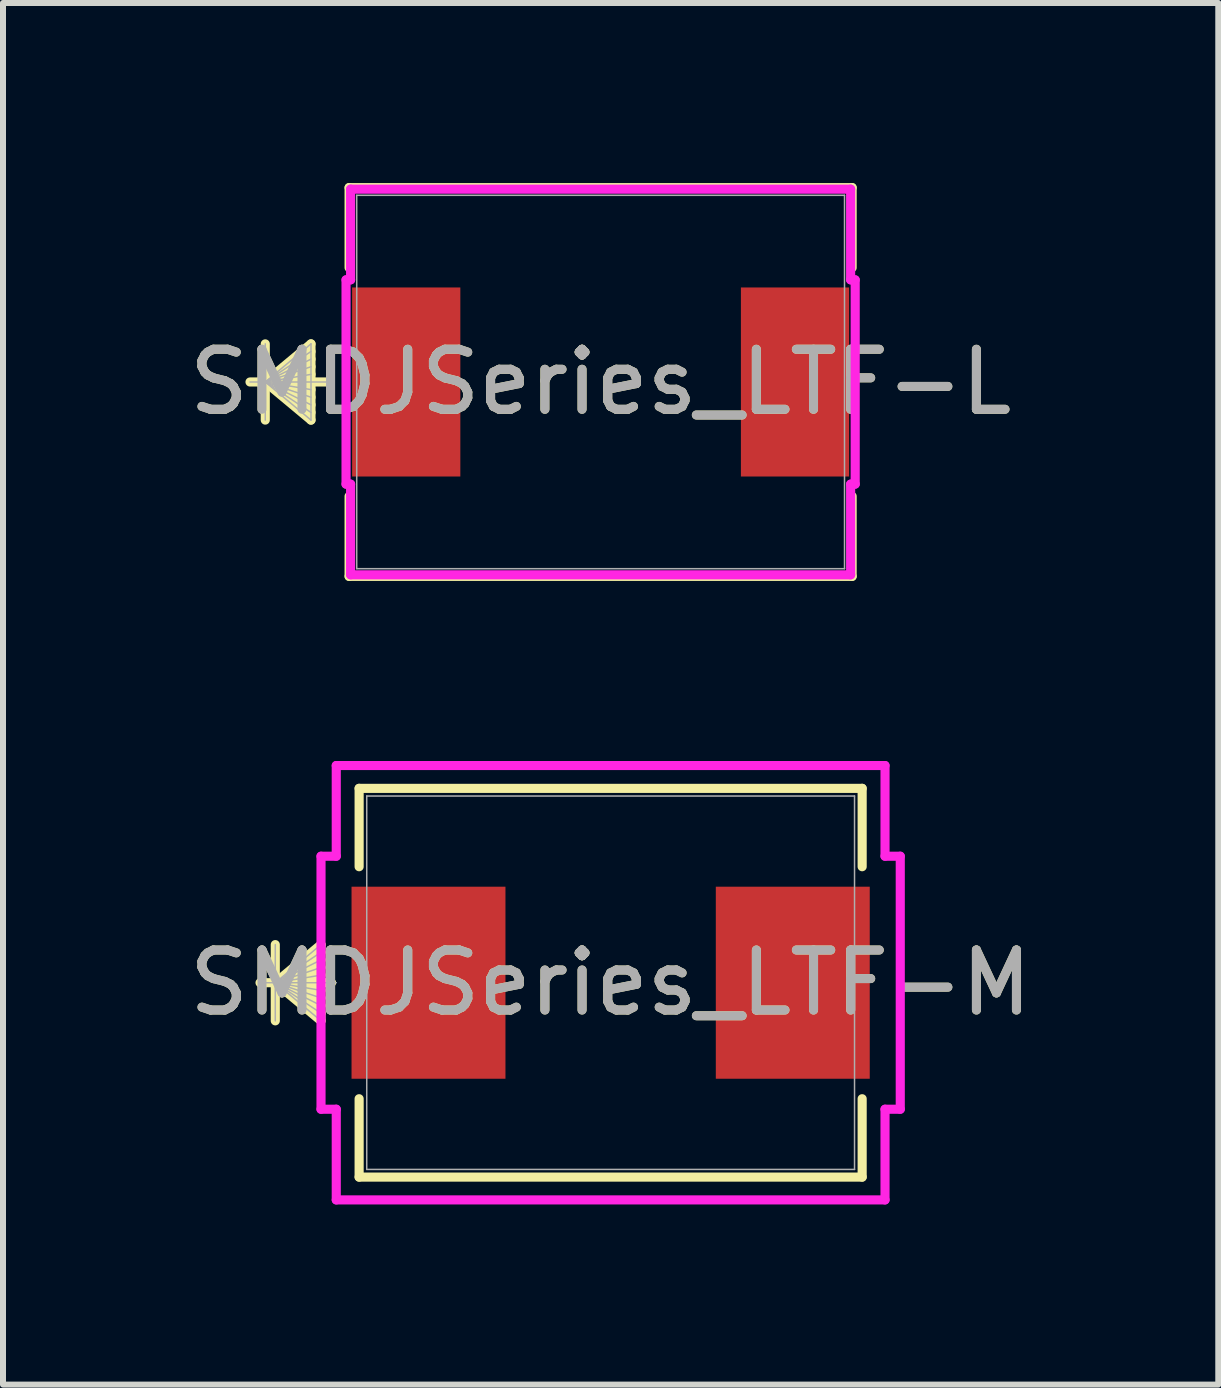
<source format=kicad_pcb>
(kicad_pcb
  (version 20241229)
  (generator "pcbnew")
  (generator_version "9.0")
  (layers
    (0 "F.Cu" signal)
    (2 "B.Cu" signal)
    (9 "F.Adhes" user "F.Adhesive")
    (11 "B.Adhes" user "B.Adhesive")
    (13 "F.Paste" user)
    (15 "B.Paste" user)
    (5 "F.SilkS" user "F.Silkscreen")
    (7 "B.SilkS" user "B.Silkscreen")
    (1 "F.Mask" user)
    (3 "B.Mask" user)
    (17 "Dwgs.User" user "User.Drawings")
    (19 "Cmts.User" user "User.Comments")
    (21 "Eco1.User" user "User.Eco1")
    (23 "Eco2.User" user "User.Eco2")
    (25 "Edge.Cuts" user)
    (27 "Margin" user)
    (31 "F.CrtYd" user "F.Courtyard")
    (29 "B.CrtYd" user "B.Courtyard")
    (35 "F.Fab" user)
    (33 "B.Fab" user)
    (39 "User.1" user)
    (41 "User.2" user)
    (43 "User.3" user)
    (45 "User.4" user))
  (footprint "SMDJSeries_LTF-M"
    (layer "F.Cu")
    (at 7.125 13.325)
    (property "Reference" "SMDJSeries_LTF-M" (at 0 0 0) (unlocked yes) (layer "F.SilkS") (effects (font (size 1 1) (thickness 0.15))))
    (attr smd)
    (fp_line (start -5.588 -0.635) (end -5.588 0.635) (stroke (width 0.152) (type solid)) (layer "F.SilkS"))
    (fp_line (start -5.588 0) (end -4.826 -0.635) (stroke (width 0.152) (type solid)) (layer "F.SilkS"))
    (fp_line (start -5.588 0) (end -4.826 -0.508) (stroke (width 0.152) (type solid)) (layer "F.SilkS"))
    (fp_line (start -5.588 0) (end -4.826 -0.381) (stroke (width 0.152) (type solid)) (layer "F.SilkS"))
    (fp_line (start -5.588 0) (end -4.826 -0.254) (stroke (width 0.152) (type solid)) (layer "F.SilkS"))
    (fp_line (start -5.588 0) (end -4.826 -0.127) (stroke (width 0.152) (type solid)) (layer "F.SilkS"))
    (fp_line (start -5.588 0) (end -4.826 0.127) (stroke (width 0.152) (type solid)) (layer "F.SilkS"))
    (fp_line (start -5.588 0) (end -4.826 0.254) (stroke (width 0.152) (type solid)) (layer "F.SilkS"))
    (fp_line (start -5.588 0) (end -4.826 0.381) (stroke (width 0.152) (type solid)) (layer "F.SilkS"))
    (fp_line (start -5.588 0) (end -4.826 0.508) (stroke (width 0.152) (type solid)) (layer "F.SilkS"))
    (fp_line (start -5.588 0) (end -4.826 0.635) (stroke (width 0.152) (type solid)) (layer "F.SilkS"))
    (fp_line (start -4.826 -0.635) (end -4.826 0.635) (stroke (width 0.152) (type solid)) (layer "F.SilkS"))
    (fp_line (start -4.651 0) (end -5.842 0) (stroke (width 0.152) (type solid)) (layer "F.SilkS"))
    (fp_line (start -4.191 -3.239) (end -4.191 -1.933) (stroke (width 0.152) (type solid)) (layer "F.SilkS"))
    (fp_line (start -4.191 1.933) (end -4.191 3.239) (stroke (width 0.152) (type solid)) (layer "F.SilkS"))
    (fp_line (start -4.191 3.239) (end 4.191 3.239) (stroke (width 0.152) (type solid)) (layer "F.SilkS"))
    (fp_line (start 4.191 -3.239) (end -4.191 -3.239) (stroke (width 0.152) (type solid)) (layer "F.SilkS"))
    (fp_line (start 4.191 -1.933) (end 4.191 -3.239) (stroke (width 0.152) (type solid)) (layer "F.SilkS"))
    (fp_line (start 4.191 3.239) (end 4.191 1.933) (stroke (width 0.152) (type solid)) (layer "F.SilkS"))
    (fp_line (start -4.826 -2.108) (end -4.572 -2.108) (stroke (width 0.152) (type solid)) (layer "F.CrtYd"))
    (fp_line (start -4.826 2.108) (end -4.826 -2.108) (stroke (width 0.152) (type solid)) (layer "F.CrtYd"))
    (fp_line (start -4.572 -3.619) (end 4.572 -3.619) (stroke (width 0.152) (type solid)) (layer "F.CrtYd"))
    (fp_line (start -4.572 -2.108) (end -4.572 -3.619) (stroke (width 0.152) (type solid)) (layer "F.CrtYd"))
    (fp_line (start -4.572 2.108) (end -4.826 2.108) (stroke (width 0.152) (type solid)) (layer "F.CrtYd"))
    (fp_line (start -4.572 3.619) (end -4.572 2.108) (stroke (width 0.152) (type solid)) (layer "F.CrtYd"))
    (fp_line (start 4.572 -3.619) (end 4.572 -2.108) (stroke (width 0.152) (type solid)) (layer "F.CrtYd"))
    (fp_line (start 4.572 -2.108) (end 4.826 -2.108) (stroke (width 0.152) (type solid)) (layer "F.CrtYd"))
    (fp_line (start 4.572 2.108) (end 4.572 3.619) (stroke (width 0.152) (type solid)) (layer "F.CrtYd"))
    (fp_line (start 4.572 3.619) (end -4.572 3.619) (stroke (width 0.152) (type solid)) (layer "F.CrtYd"))
    (fp_line (start 4.826 -2.108) (end 4.826 2.108) (stroke (width 0.152) (type solid)) (layer "F.CrtYd"))
    (fp_line (start 4.826 2.108) (end 4.572 2.108) (stroke (width 0.152) (type solid)) (layer "F.CrtYd"))
    (fp_line (start -5.588 -0.635) (end -5.588 0.635) (stroke (width 0.025) (type solid)) (layer "F.Fab"))
    (fp_line (start -5.588 0) (end -4.826 -0.635) (stroke (width 0.025) (type solid)) (layer "F.Fab"))
    (fp_line (start -5.588 0) (end -4.826 -0.508) (stroke (width 0.025) (type solid)) (layer "F.Fab"))
    (fp_line (start -5.588 0) (end -4.826 -0.381) (stroke (width 0.025) (type solid)) (layer "F.Fab"))
    (fp_line (start -5.588 0) (end -4.826 -0.254) (stroke (width 0.025) (type solid)) (layer "F.Fab"))
    (fp_line (start -5.588 0) (end -4.826 -0.127) (stroke (width 0.025) (type solid)) (layer "F.Fab"))
    (fp_line (start -5.588 0) (end -4.826 0.127) (stroke (width 0.025) (type solid)) (layer "F.Fab"))
    (fp_line (start -5.588 0) (end -4.826 0.254) (stroke (width 0.025) (type solid)) (layer "F.Fab"))
    (fp_line (start -5.588 0) (end -4.826 0.381) (stroke (width 0.025) (type solid)) (layer "F.Fab"))
    (fp_line (start -5.588 0) (end -4.826 0.508) (stroke (width 0.025) (type solid)) (layer "F.Fab"))
    (fp_line (start -5.588 0) (end -4.826 0.635) (stroke (width 0.025) (type solid)) (layer "F.Fab"))
    (fp_line (start -4.826 -0.635) (end -4.826 0.635) (stroke (width 0.025) (type solid)) (layer "F.Fab"))
    (fp_line (start -4.572 0) (end -5.842 0) (stroke (width 0.025) (type solid)) (layer "F.Fab"))
    (fp_line (start -4.064 -3.111) (end -4.064 3.111) (stroke (width 0.025) (type solid)) (layer "F.Fab"))
    (fp_line (start -4.064 3.111) (end 4.064 3.111) (stroke (width 0.025) (type solid)) (layer "F.Fab"))
    (fp_line (start 4.064 -3.111) (end -4.064 -3.111) (stroke (width 0.025) (type solid)) (layer "F.Fab"))
    (fp_line (start 4.064 3.111) (end 4.064 -3.111) (stroke (width 0.025) (type solid)) (layer "F.Fab"))
    (fp_text user "${REFERENCE}" (at 0 0 0) (unlocked yes) (layer "F.Fab") (effects (font (size 1 1) (thickness 0.15))))
    (pad "1" smd rect (at -3.035 0 90) (size 3.2 2.565) (layers "F.Cu" "F.Mask" "F.Paste"))
    (pad "2" smd rect (at 3.035 0 90) (size 3.2 2.565) (layers "F.Cu" "F.Mask" "F.Paste"))
    (zone (net_name "") (layer "F.Cu") (hatch full 0.508) (connect_pads) (min_thickness 0.254) (filled_areas_thickness no) (keepout (tracks not_allowed) (vias not_allowed) (pads allowed) (copperpour not_allowed) (footprints allowed)) (placement (enabled no)) (fill) (polygon (pts (xy 3.112 10.264) (xy 11.138 10.264) (xy 11.138 11.674) (xy 3.112 11.674))))
    (zone (net_name "") (layer "F.Cu") (hatch full 0.508) (connect_pads) (min_thickness 0.254) (filled_areas_thickness no) (keepout (tracks not_allowed) (vias not_allowed) (pads allowed) (copperpour not_allowed) (footprints allowed)) (placement (enabled no)) (fill) (polygon (pts (xy 3.112 14.976) (xy 11.138 14.976) (xy 11.138 16.386) (xy 3.112 16.386))))
    (zone (net_name "") (layer "F.Cu") (hatch full 0.508) (connect_pads) (min_thickness 0.254) (filled_areas_thickness no) (keepout (tracks not_allowed) (vias not_allowed) (pads allowed) (copperpour not_allowed) (footprints allowed)) (placement (enabled no)) (fill) (polygon (pts (xy 5.423 11.674) (xy 8.827 11.674) (xy 8.827 14.976) (xy 5.423 14.976)))))
  (footprint "SMDJSeries_LTF-L"
    (layer "F.Cu")
    (at 6.958 3.315)
    (property "Reference" "SMDJSeries_LTF-L" (at 0 0 0) (unlocked yes) (layer "F.SilkS") (effects (font (size 1 1) (thickness 0.15))))
    (attr smd)
    (fp_line (start -5.588 -0.635) (end -5.588 0.635) (stroke (width 0.152) (type solid)) (layer "F.SilkS"))
    (fp_line (start -5.588 0) (end -4.826 -0.635) (stroke (width 0.152) (type solid)) (layer "F.SilkS"))
    (fp_line (start -5.588 0) (end -4.826 -0.508) (stroke (width 0.152) (type solid)) (layer "F.SilkS"))
    (fp_line (start -5.588 0) (end -4.826 -0.381) (stroke (width 0.152) (type solid)) (layer "F.SilkS"))
    (fp_line (start -5.588 0) (end -4.826 -0.254) (stroke (width 0.152) (type solid)) (layer "F.SilkS"))
    (fp_line (start -5.588 0) (end -4.826 -0.127) (stroke (width 0.152) (type solid)) (layer "F.SilkS"))
    (fp_line (start -5.588 0) (end -4.826 0.127) (stroke (width 0.152) (type solid)) (layer "F.SilkS"))
    (fp_line (start -5.588 0) (end -4.826 0.254) (stroke (width 0.152) (type solid)) (layer "F.SilkS"))
    (fp_line (start -5.588 0) (end -4.826 0.381) (stroke (width 0.152) (type solid)) (layer "F.SilkS"))
    (fp_line (start -5.588 0) (end -4.826 0.508) (stroke (width 0.152) (type solid)) (layer "F.SilkS"))
    (fp_line (start -5.588 0) (end -4.826 0.635) (stroke (width 0.152) (type solid)) (layer "F.SilkS"))
    (fp_line (start -4.826 -0.635) (end -4.826 0.635) (stroke (width 0.152) (type solid)) (layer "F.SilkS"))
    (fp_line (start -4.572 0) (end -5.842 0) (stroke (width 0.152) (type solid)) (layer "F.SilkS"))
    (fp_line (start -4.191 -3.239) (end -4.191 -1.904) (stroke (width 0.152) (type solid)) (layer "F.SilkS"))
    (fp_line (start -4.191 1.904) (end -4.191 3.239) (stroke (width 0.152) (type solid)) (layer "F.SilkS"))
    (fp_line (start -4.191 3.239) (end 4.191 3.239) (stroke (width 0.152) (type solid)) (layer "F.SilkS"))
    (fp_line (start 4.191 -3.239) (end -4.191 -3.239) (stroke (width 0.152) (type solid)) (layer "F.SilkS"))
    (fp_line (start 4.191 -1.904) (end 4.191 -3.239) (stroke (width 0.152) (type solid)) (layer "F.SilkS"))
    (fp_line (start 4.191 3.239) (end 4.191 1.904) (stroke (width 0.152) (type solid)) (layer "F.SilkS"))
    (fp_line (start -4.242 -1.702) (end -4.166 -1.702) (stroke (width 0.152) (type solid)) (layer "F.CrtYd"))
    (fp_line (start -4.242 1.702) (end -4.242 -1.702) (stroke (width 0.152) (type solid)) (layer "F.CrtYd"))
    (fp_line (start -4.166 -3.213) (end 4.166 -3.213) (stroke (width 0.152) (type solid)) (layer "F.CrtYd"))
    (fp_line (start -4.166 -1.702) (end -4.166 -3.213) (stroke (width 0.152) (type solid)) (layer "F.CrtYd"))
    (fp_line (start -4.166 1.702) (end -4.242 1.702) (stroke (width 0.152) (type solid)) (layer "F.CrtYd"))
    (fp_line (start -4.166 3.213) (end -4.166 1.702) (stroke (width 0.152) (type solid)) (layer "F.CrtYd"))
    (fp_line (start 4.166 -3.213) (end 4.166 -1.702) (stroke (width 0.152) (type solid)) (layer "F.CrtYd"))
    (fp_line (start 4.166 -1.702) (end 4.242 -1.702) (stroke (width 0.152) (type solid)) (layer "F.CrtYd"))
    (fp_line (start 4.166 1.702) (end 4.166 3.213) (stroke (width 0.152) (type solid)) (layer "F.CrtYd"))
    (fp_line (start 4.166 3.213) (end -4.166 3.213) (stroke (width 0.152) (type solid)) (layer "F.CrtYd"))
    (fp_line (start 4.242 -1.702) (end 4.242 1.702) (stroke (width 0.152) (type solid)) (layer "F.CrtYd"))
    (fp_line (start 4.242 1.702) (end 4.166 1.702) (stroke (width 0.152) (type solid)) (layer "F.CrtYd"))
    (fp_line (start -5.588 -0.635) (end -5.588 0.635) (stroke (width 0.025) (type solid)) (layer "F.Fab"))
    (fp_line (start -5.588 0) (end -4.826 -0.635) (stroke (width 0.025) (type solid)) (layer "F.Fab"))
    (fp_line (start -5.588 0) (end -4.826 -0.508) (stroke (width 0.025) (type solid)) (layer "F.Fab"))
    (fp_line (start -5.588 0) (end -4.826 -0.381) (stroke (width 0.025) (type solid)) (layer "F.Fab"))
    (fp_line (start -5.588 0) (end -4.826 -0.254) (stroke (width 0.025) (type solid)) (layer "F.Fab"))
    (fp_line (start -5.588 0) (end -4.826 -0.127) (stroke (width 0.025) (type solid)) (layer "F.Fab"))
    (fp_line (start -5.588 0) (end -4.826 0.127) (stroke (width 0.025) (type solid)) (layer "F.Fab"))
    (fp_line (start -5.588 0) (end -4.826 0.254) (stroke (width 0.025) (type solid)) (layer "F.Fab"))
    (fp_line (start -5.588 0) (end -4.826 0.381) (stroke (width 0.025) (type solid)) (layer "F.Fab"))
    (fp_line (start -5.588 0) (end -4.826 0.508) (stroke (width 0.025) (type solid)) (layer "F.Fab"))
    (fp_line (start -5.588 0) (end -4.826 0.635) (stroke (width 0.025) (type solid)) (layer "F.Fab"))
    (fp_line (start -4.826 -0.635) (end -4.826 0.635) (stroke (width 0.025) (type solid)) (layer "F.Fab"))
    (fp_line (start -4.572 0) (end -5.842 0) (stroke (width 0.025) (type solid)) (layer "F.Fab"))
    (fp_line (start -4.064 -3.111) (end -4.064 3.111) (stroke (width 0.025) (type solid)) (layer "F.Fab"))
    (fp_line (start -4.064 3.111) (end 4.064 3.111) (stroke (width 0.025) (type solid)) (layer "F.Fab"))
    (fp_line (start 4.064 -3.111) (end -4.064 -3.111) (stroke (width 0.025) (type solid)) (layer "F.Fab"))
    (fp_line (start 4.064 3.111) (end 4.064 -3.111) (stroke (width 0.025) (type solid)) (layer "F.Fab"))
    (fp_text user "${REFERENCE}" (at 0 0 0) (unlocked yes) (layer "F.Fab") (effects (font (size 1 1) (thickness 0.15))))
    (pad "1" smd rect (at -3.239 0 90) (size 3.15 1.803) (layers "F.Cu" "F.Mask" "F.Paste"))
    (pad "2" smd rect (at 3.239 0 90) (size 3.15 1.803) (layers "F.Cu" "F.Mask" "F.Paste"))
    (zone (net_name "") (layer "F.Cu") (hatch full 0.508) (connect_pads) (min_thickness 0.254) (filled_areas_thickness no) (keepout (tracks not_allowed) (vias not_allowed) (pads allowed) (copperpour not_allowed) (footprints allowed)) (placement (enabled no)) (fill) (polygon (pts (xy 2.945 0.254) (xy 10.972 0.254) (xy 10.972 1.664) (xy 2.945 1.664))))
    (zone (net_name "") (layer "F.Cu") (hatch full 0.508) (connect_pads) (min_thickness 0.254) (filled_areas_thickness no) (keepout (tracks not_allowed) (vias not_allowed) (pads allowed) (copperpour not_allowed) (footprints allowed)) (placement (enabled no)) (fill) (polygon (pts (xy 2.945 4.966) (xy 10.972 4.966) (xy 10.972 6.375) (xy 2.945 6.375))))
    (zone (net_name "") (layer "F.Cu") (hatch full 0.508) (connect_pads) (min_thickness 0.254) (filled_areas_thickness no) (keepout (tracks not_allowed) (vias not_allowed) (pads allowed) (copperpour not_allowed) (footprints allowed)) (placement (enabled no)) (fill) (polygon (pts (xy 4.672 1.664) (xy 9.244 1.664) (xy 9.244 4.966) (xy 4.672 4.966)))))
  (gr_rect
    (start -3 -3)
    (end 17.25 20.021)
    (stroke (width 0.1) (type default))
    (fill no)
    (layer "Edge.Cuts")))
</source>
